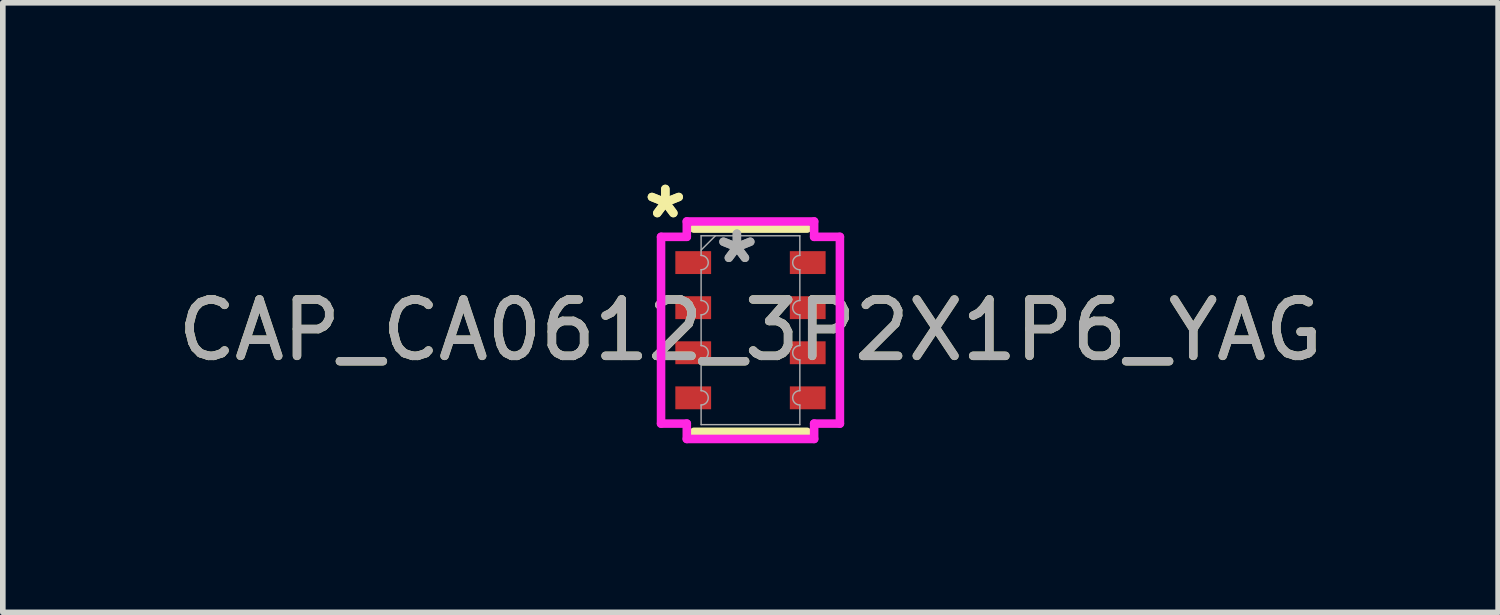
<source format=kicad_pcb>
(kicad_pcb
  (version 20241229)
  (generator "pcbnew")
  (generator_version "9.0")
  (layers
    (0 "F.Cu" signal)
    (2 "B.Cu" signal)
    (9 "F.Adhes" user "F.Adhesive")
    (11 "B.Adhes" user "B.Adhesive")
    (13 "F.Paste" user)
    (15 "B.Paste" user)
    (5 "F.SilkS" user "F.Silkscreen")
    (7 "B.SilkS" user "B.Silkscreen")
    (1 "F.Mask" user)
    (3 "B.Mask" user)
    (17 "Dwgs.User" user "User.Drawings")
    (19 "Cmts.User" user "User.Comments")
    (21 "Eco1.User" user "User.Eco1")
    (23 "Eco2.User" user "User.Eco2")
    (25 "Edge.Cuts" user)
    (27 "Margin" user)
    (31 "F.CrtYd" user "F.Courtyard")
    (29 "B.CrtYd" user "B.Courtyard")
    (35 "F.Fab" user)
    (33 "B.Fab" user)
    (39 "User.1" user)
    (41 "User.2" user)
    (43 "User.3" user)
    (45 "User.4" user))
  (footprint "CAP_CA0612_3P2X1P6_YAG"
    (layer "F.Cu")
    (at 10.268 2.81)
    (property "Reference" "CAP_CA0612_3P2X1P6_YAG" (at 0 0 0) (unlocked yes) (layer "F.SilkS") (effects (font (size 1 1) (thickness 0.15))))
    (attr smd)
    (fp_line (start -1.003 -1.803) (end 1.003 -1.803) (stroke (width 0.152) (type solid)) (layer "F.SilkS"))
    (fp_line (start -1.003 1.803) (end 1.003 1.803) (stroke (width 0.152) (type solid)) (layer "F.SilkS"))
    (fp_line (start -1.587 -1.657) (end -1.13 -1.657) (stroke (width 0.152) (type solid)) (layer "F.CrtYd"))
    (fp_line (start -1.587 1.657) (end -1.587 -1.657) (stroke (width 0.152) (type solid)) (layer "F.CrtYd"))
    (fp_line (start -1.587 1.657) (end -1.13 1.657) (stroke (width 0.152) (type solid)) (layer "F.CrtYd"))
    (fp_line (start -1.13 -1.93) (end 1.13 -1.93) (stroke (width 0.152) (type solid)) (layer "F.CrtYd"))
    (fp_line (start -1.13 -1.657) (end -1.13 -1.93) (stroke (width 0.152) (type solid)) (layer "F.CrtYd"))
    (fp_line (start -1.13 1.93) (end -1.13 1.657) (stroke (width 0.152) (type solid)) (layer "F.CrtYd"))
    (fp_line (start 1.13 -1.93) (end 1.13 -1.657) (stroke (width 0.152) (type solid)) (layer "F.CrtYd"))
    (fp_line (start 1.13 1.657) (end 1.13 1.93) (stroke (width 0.152) (type solid)) (layer "F.CrtYd"))
    (fp_line (start 1.13 1.93) (end -1.13 1.93) (stroke (width 0.152) (type solid)) (layer "F.CrtYd"))
    (fp_line (start 1.587 -1.657) (end 1.13 -1.657) (stroke (width 0.152) (type solid)) (layer "F.CrtYd"))
    (fp_line (start 1.587 -1.657) (end 1.587 1.657) (stroke (width 0.152) (type solid)) (layer "F.CrtYd"))
    (fp_line (start 1.587 1.657) (end 1.13 1.657) (stroke (width 0.152) (type solid)) (layer "F.CrtYd"))
    (fp_line (start -0.876 -1.676) (end 0.876 -1.676) (stroke (width 0.025) (type solid)) (layer "F.Fab"))
    (fp_line (start -0.876 -1.327) (end -0.876 -1.676) (stroke (width 0.025) (type solid)) (layer "F.Fab"))
    (fp_line (start -0.876 -1.073) (end -0.876 -0.527) (stroke (width 0.025) (type solid)) (layer "F.Fab"))
    (fp_line (start -0.876 -0.273) (end -0.876 0.273) (stroke (width 0.025) (type solid)) (layer "F.Fab"))
    (fp_line (start -0.876 0.527) (end -0.876 1.073) (stroke (width 0.025) (type solid)) (layer "F.Fab"))
    (fp_line (start -0.876 1.327) (end -0.876 1.676) (stroke (width 0.025) (type solid)) (layer "F.Fab"))
    (fp_line (start -0.876 1.676) (end 0.876 1.676) (stroke (width 0.025) (type solid)) (layer "F.Fab"))
    (fp_line (start -0.622 -1.676) (end -0.876 -1.422) (stroke (width 0.025) (type solid)) (layer "F.Fab"))
    (fp_line (start 0.876 -1.327) (end 0.876 -1.676) (stroke (width 0.025) (type solid)) (layer "F.Fab"))
    (fp_line (start 0.876 -1.073) (end 0.876 -0.527) (stroke (width 0.025) (type solid)) (layer "F.Fab"))
    (fp_line (start 0.876 -0.273) (end 0.876 0.273) (stroke (width 0.025) (type solid)) (layer "F.Fab"))
    (fp_line (start 0.876 0.527) (end 0.876 1.073) (stroke (width 0.025) (type solid)) (layer "F.Fab"))
    (fp_line (start 0.876 1.327) (end 0.876 1.676) (stroke (width 0.025) (type solid)) (layer "F.Fab"))
    (fp_arc (start -0.8763 -1.327) (mid -0.7493 -1.2) (end -0.8763 -1.073) (stroke (width 0.0254) (type solid)) (layer "F.Fab"))
    (fp_arc (start -0.8763 -0.526999) (mid -0.7493 -0.399999) (end -0.8763 -0.272999) (stroke (width 0.0254) (type solid)) (layer "F.Fab"))
    (fp_arc (start -0.8763 0.272999) (mid -0.7493 0.399999) (end -0.8763 0.526999) (stroke (width 0.0254) (type solid)) (layer "F.Fab"))
    (fp_arc (start -0.8763 1.073) (mid -0.7493 1.2) (end -0.8763 1.327) (stroke (width 0.0254) (type solid)) (layer "F.Fab"))
    (fp_arc (start 0.8763 -1.073) (mid 0.7493 -1.2) (end 0.8763 -1.327) (stroke (width 0.0254) (type solid)) (layer "F.Fab"))
    (fp_arc (start 0.8763 -0.272999) (mid 0.7493 -0.399999) (end 0.8763 -0.526999) (stroke (width 0.0254) (type solid)) (layer "F.Fab"))
    (fp_arc (start 0.8763 0.526999) (mid 0.7493 0.399999) (end 0.8763 0.272999) (stroke (width 0.0254) (type solid)) (layer "F.Fab"))
    (fp_arc (start 0.8763 1.327) (mid 0.7493 1.2) (end 0.8763 1.073) (stroke (width 0.0254) (type solid)) (layer "F.Fab"))
    (fp_text user "*" (at -1.511 -1.962 0) (layer "F.SilkS") (effects (font (size 1 1) (thickness 0.15))))
    (fp_text user "*" (at -1.511 -1.962 0) (unlocked yes) (layer "F.SilkS") (effects (font (size 1 1) (thickness 0.15))))
    (fp_text user "*" (at -0.241 -1.168 0) (unlocked yes) (layer "F.Fab") (effects (font (size 1 1) (thickness 0.15))))
    (fp_text user "${REFERENCE}" (at 0 0 0) (unlocked yes) (layer "F.Fab") (effects (font (size 1 1) (thickness 0.15))))
    (fp_text user "*" (at -0.241 -1.168 0) (layer "F.Fab") (effects (font (size 1 1) (thickness 0.15))))
    (pad "1" smd rect (at -1.016 -1.2) (size 0.635 0.406) (layers "F.Cu" "F.Mask" "F.Paste"))
    (pad "2" smd rect (at -1.016 -0.4) (size 0.635 0.406) (layers "F.Cu" "F.Mask" "F.Paste"))
    (pad "3" smd rect (at -1.016 0.4) (size 0.635 0.406) (layers "F.Cu" "F.Mask" "F.Paste"))
    (pad "4" smd rect (at -1.016 1.2) (size 0.635 0.406) (layers "F.Cu" "F.Mask" "F.Paste"))
    (pad "5" smd rect (at 1.016 1.2) (size 0.635 0.406) (layers "F.Cu" "F.Mask" "F.Paste"))
    (pad "6" smd rect (at 1.016 0.4) (size 0.635 0.406) (layers "F.Cu" "F.Mask" "F.Paste"))
    (pad "7" smd rect (at 1.016 -0.4) (size 0.635 0.406) (layers "F.Cu" "F.Mask" "F.Paste"))
    (pad "8" smd rect (at 1.016 -1.2) (size 0.635 0.406) (layers "F.Cu" "F.Mask" "F.Paste")))
  (gr_rect
    (start -3 -3)
    (end 23.536 7.817)
    (stroke (width 0.1) (type default))
    (fill no)
    (layer "Edge.Cuts")))
</source>
